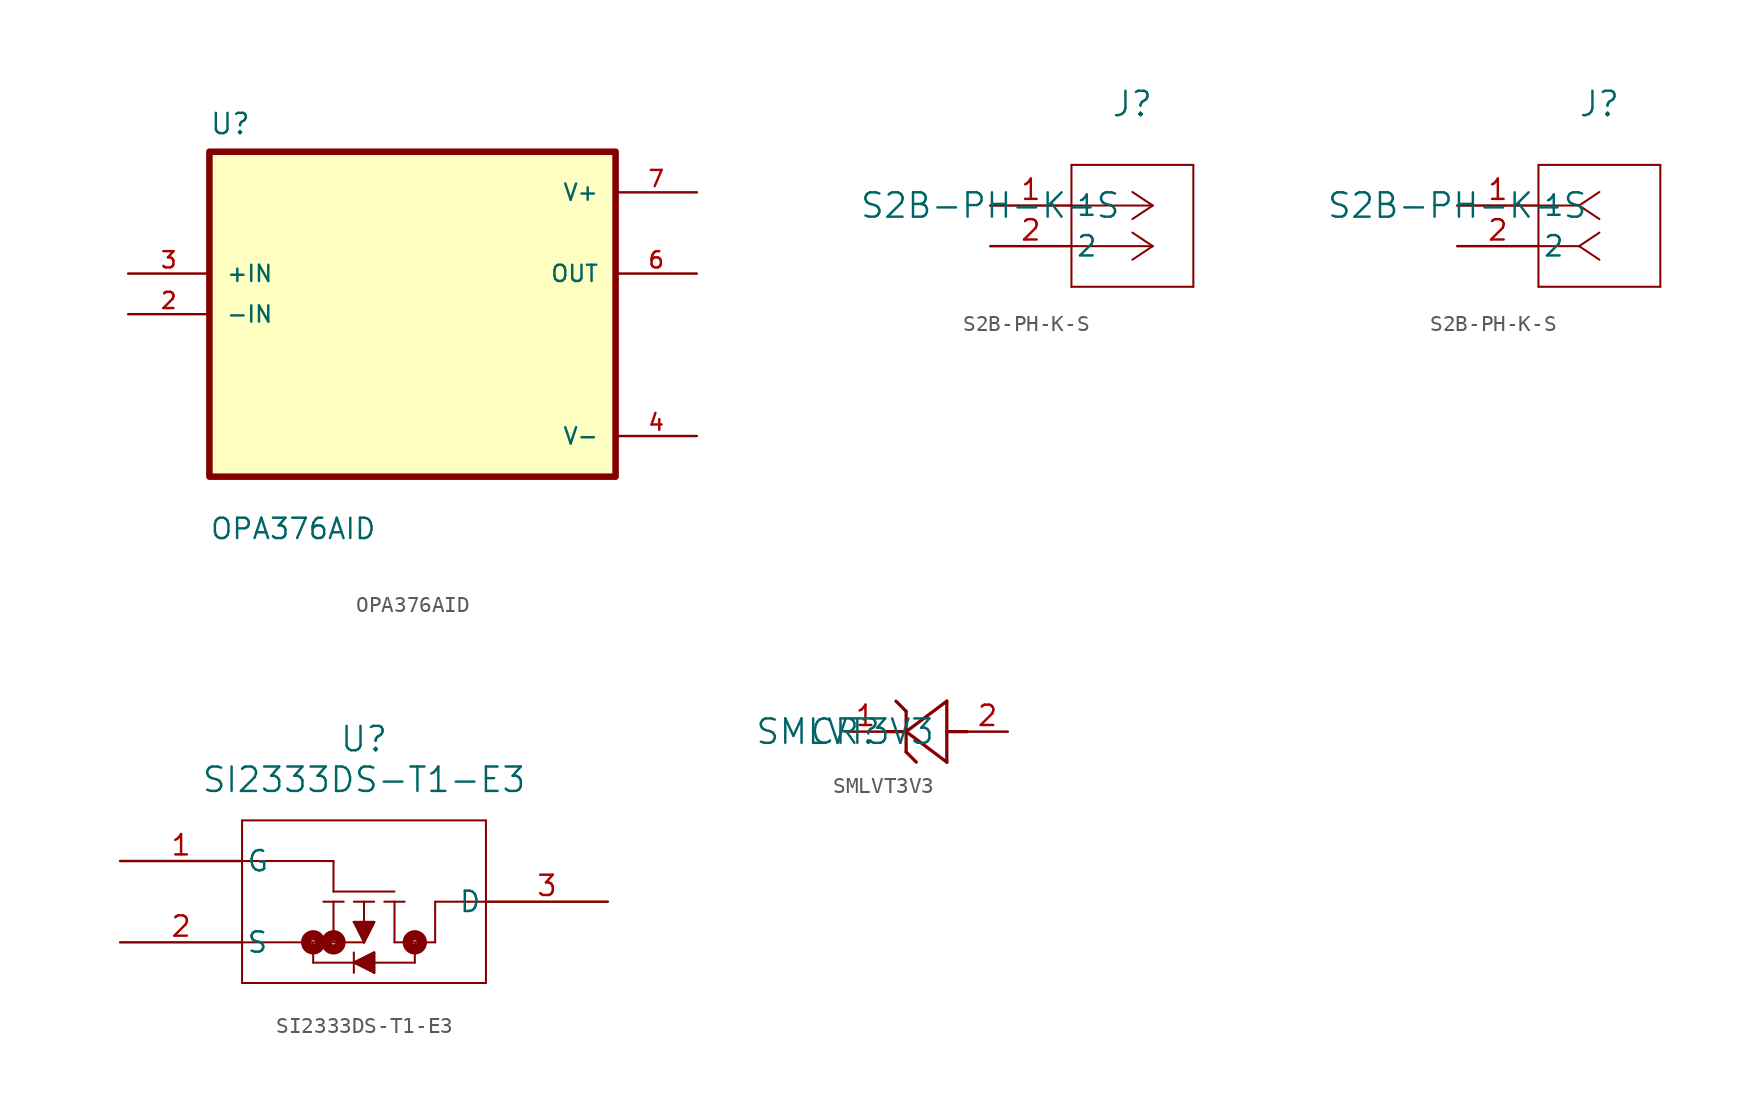
<source format=kicad_sym>
(kicad_symbol_lib
  (version 20231120)
  (generator "kicad_symbol_editor")
  (generator_version "8.0")
  (symbol "OPA376AID"
    (pin_names
      (offset 1.016))
    (property "Reference" "U"
      (at -12.7 11.16 0)
      (effects (font (size 1.27 1.27)) (justify left bottom)))
    (property "Value" "OPA376AID"
      (at -12.7 -14.16 0)
      (effects (font (size 1.27 1.27)) (justify left bottom)))
    (symbol "OPA376AID_0_0"
      (rectangle (start -12.7 -10.16) (end 12.7 10.16) (stroke (width 0.41) (type default)) (fill (type background)))
      (pin input line (at -17.78 0 0) (length 5.08) (name "-IN" (effects (font (size 1.016 1.016)))) (number "2" (effects (font (size 1.016 1.016)))))
      (pin input line (at -17.78 2.54 0) (length 5.08) (name "+IN" (effects (font (size 1.016 1.016)))) (number "3" (effects (font (size 1.016 1.016)))))
      (pin power_in line (at 17.78 -7.62 180) (length 5.08) (name "V-" (effects (font (size 1.016 1.016)))) (number "4" (effects (font (size 1.016 1.016)))))
      (pin output line (at 17.78 2.54 180) (length 5.08) (name "OUT" (effects (font (size 1.016 1.016)))) (number "6" (effects (font (size 1.016 1.016)))))
      (pin power_in line (at 17.78 7.62 180) (length 5.08) (name "V+" (effects (font (size 1.016 1.016)))) (number "7" (effects (font (size 1.016 1.016)))))))
  (symbol "S2B-PH-K-S"
    (pin_names
      (offset 0.254))
    (property "Reference" "J"
      (at 8.89 6.35 0)
      (effects (font (size 1.524 1.524))))
    (property "Value" "S2B-PH-K-S"
      (at 0 0 0)
      (effects (font (size 1.524 1.524))))
    (symbol "S2B-PH-K-S_1_1"
      (polyline (pts (xy 5.08 -5.08) (xy 12.7 -5.08)) (stroke (width 0.127) (type default)) (fill (type none)))
      (polyline (pts (xy 5.08 2.54) (xy 5.08 -5.08)) (stroke (width 0.127) (type default)) (fill (type none)))
      (polyline (pts (xy 10.16 -2.54) (xy 5.08 -2.54)) (stroke (width 0.127) (type default)) (fill (type none)))
      (polyline (pts (xy 10.16 -2.54) (xy 8.89 -3.387)) (stroke (width 0.127) (type default)) (fill (type none)))
      (polyline (pts (xy 10.16 -2.54) (xy 8.89 -1.693)) (stroke (width 0.127) (type default)) (fill (type none)))
      (polyline (pts (xy 10.16 0) (xy 5.08 0)) (stroke (width 0.127) (type default)) (fill (type none)))
      (polyline (pts (xy 10.16 0) (xy 8.89 -0.847)) (stroke (width 0.127) (type default)) (fill (type none)))
      (polyline (pts (xy 10.16 0) (xy 8.89 0.847)) (stroke (width 0.127) (type default)) (fill (type none)))
      (polyline (pts (xy 12.7 -5.08) (xy 12.7 2.54)) (stroke (width 0.127) (type default)) (fill (type none)))
      (polyline (pts (xy 12.7 2.54) (xy 5.08 2.54)) (stroke (width 0.127) (type default)) (fill (type none)))
      (pin unspecified line (at 0 0 0) (length 5.08) (name "1" (effects (font (size 1.27 1.27)))) (number "1" (effects (font (size 1.27 1.27)))))
      (pin unspecified line (at 0 -2.54 0) (length 5.08) (name "2" (effects (font (size 1.27 1.27)))) (number "2" (effects (font (size 1.27 1.27))))))
    (symbol "S2B-PH-K-S_1_2"
      (polyline (pts (xy 5.08 -5.08) (xy 12.7 -5.08)) (stroke (width 0.127) (type default)) (fill (type none)))
      (polyline (pts (xy 5.08 2.54) (xy 5.08 -5.08)) (stroke (width 0.127) (type default)) (fill (type none)))
      (polyline (pts (xy 7.62 -2.54) (xy 5.08 -2.54)) (stroke (width 0.127) (type default)) (fill (type none)))
      (polyline (pts (xy 7.62 -2.54) (xy 8.89 -3.387)) (stroke (width 0.127) (type default)) (fill (type none)))
      (polyline (pts (xy 7.62 -2.54) (xy 8.89 -1.693)) (stroke (width 0.127) (type default)) (fill (type none)))
      (polyline (pts (xy 7.62 0) (xy 5.08 0)) (stroke (width 0.127) (type default)) (fill (type none)))
      (polyline (pts (xy 7.62 0) (xy 8.89 -0.847)) (stroke (width 0.127) (type default)) (fill (type none)))
      (polyline (pts (xy 7.62 0) (xy 8.89 0.847)) (stroke (width 0.127) (type default)) (fill (type none)))
      (polyline (pts (xy 12.7 -5.08) (xy 12.7 2.54)) (stroke (width 0.127) (type default)) (fill (type none)))
      (polyline (pts (xy 12.7 2.54) (xy 5.08 2.54)) (stroke (width 0.127) (type default)) (fill (type none)))
      (pin unspecified line (at 0 0 0) (length 5.08) (name "1" (effects (font (size 1.27 1.27)))) (number "1" (effects (font (size 1.27 1.27)))))
      (pin unspecified line (at 0 -2.54 0) (length 5.08) (name "2" (effects (font (size 1.27 1.27)))) (number "2" (effects (font (size 1.27 1.27)))))))
  (symbol "SI2333DS-T1-E3"
    (pin_names
      (offset 0.254))
    (property "Reference" "U"
      (at 15.24 7.62 0)
      (effects (font (size 1.524 1.524))))
    (property "Value" "SI2333DS-T1-E3"
      (at 15.24 5.08 0)
      (effects (font (size 1.524 1.524))))
    (symbol "SI2333DS-T1-E3_0_1"
      (polyline (pts (xy 7.62 -7.62) (xy 22.86 -7.62)) (stroke (width 0.127) (type default)) (fill (type none)))
      (polyline (pts (xy 7.62 -5.08) (xy 15.24 -5.08)) (stroke (width 0.127) (type default)) (fill (type none)))
      (polyline (pts (xy 7.62 2.54) (xy 7.62 -7.62)) (stroke (width 0.127) (type default)) (fill (type none)))
      (polyline (pts (xy 12.065 -6.35) (xy 18.415 -6.35)) (stroke (width 0.127) (type default)) (fill (type none)))
      (polyline (pts (xy 12.065 -5.08) (xy 12.065 -6.35)) (stroke (width 0.127) (type default)) (fill (type none)))
      (polyline (pts (xy 13.335 -2.54) (xy 13.335 -5.08)) (stroke (width 0.127) (type default)) (fill (type none)))
      (polyline (pts (xy 13.335 -1.905) (xy 13.335 0)) (stroke (width 0.127) (type default)) (fill (type none)))
      (polyline (pts (xy 13.335 0) (xy 7.62 0)) (stroke (width 0.127) (type default)) (fill (type none)))
      (polyline (pts (xy 13.97 -2.54) (xy 12.7 -2.54)) (stroke (width 0.127) (type default)) (fill (type none)))
      (polyline (pts (xy 14.605 -6.35) (xy 15.875 -5.715)) (stroke (width 0.127) (type default)) (fill (type none)))
      (polyline (pts (xy 14.605 -5.715) (xy 14.605 -6.985)) (stroke (width 0.127) (type default)) (fill (type none)))
      (polyline (pts (xy 14.605 -2.54) (xy 15.875 -2.54)) (stroke (width 0.127) (type default)) (fill (type none)))
      (polyline (pts (xy 15.24 -5.08) (xy 14.605 -3.81)) (stroke (width 0.127) (type default)) (fill (type none)))
      (polyline (pts (xy 15.24 -5.08) (xy 15.875 -3.81)) (stroke (width 0.127) (type default)) (fill (type none)))
      (polyline (pts (xy 15.24 -2.54) (xy 15.24 -5.08)) (stroke (width 0.127) (type default)) (fill (type none)))
      (polyline (pts (xy 15.875 -6.985) (xy 14.605 -6.35)) (stroke (width 0.127) (type default)) (fill (type none)))
      (polyline (pts (xy 15.875 -5.715) (xy 15.875 -6.985)) (stroke (width 0.127) (type default)) (fill (type none)))
      (polyline (pts (xy 15.875 -3.81) (xy 14.605 -3.81)) (stroke (width 0.127) (type default)) (fill (type none)))
      (polyline (pts (xy 16.51 -2.54) (xy 17.78 -2.54)) (stroke (width 0.127) (type default)) (fill (type none)))
      (polyline (pts (xy 17.145 -5.08) (xy 19.685 -5.08)) (stroke (width 0.127) (type default)) (fill (type none)))
      (polyline (pts (xy 17.145 -2.54) (xy 17.145 -5.08)) (stroke (width 0.127) (type default)) (fill (type none)))
      (polyline (pts (xy 17.145 -1.905) (xy 13.335 -1.905)) (stroke (width 0.127) (type default)) (fill (type none)))
      (polyline (pts (xy 18.415 -6.35) (xy 18.415 -5.08)) (stroke (width 0.127) (type default)) (fill (type none)))
      (polyline (pts (xy 19.685 -5.08) (xy 19.685 -2.54)) (stroke (width 0.127) (type default)) (fill (type none)))
      (polyline (pts (xy 19.685 -2.54) (xy 22.86 -2.54)) (stroke (width 0.127) (type default)) (fill (type none)))
      (polyline (pts (xy 22.86 -7.62) (xy 22.86 2.54)) (stroke (width 0.127) (type default)) (fill (type none)))
      (polyline (pts (xy 22.86 2.54) (xy 7.62 2.54)) (stroke (width 0.127) (type default)) (fill (type none)))
      (polyline (pts (xy 14.605 -6.35) (xy 15.875 -5.715) (xy 15.875 -6.985)) (stroke (width 0) (type default)) (fill (type outline)))
      (polyline (pts (xy 14.605 -3.81) (xy 15.875 -3.81) (xy 15.24 -5.08)) (stroke (width 0) (type default)) (fill (type outline)))
      (circle (center 12.065 -5.08) (radius 0.127) (stroke (width 0.635) (type default)) (fill (type none)))
      (circle (center 13.335 -5.08) (radius 0.127) (stroke (width 0.635) (type default)) (fill (type none)))
      (circle (center 18.415 -5.08) (radius 0.127) (stroke (width 0.635) (type default)) (fill (type none)))
      (pin unspecified line (at 0 0 0) (length 7.62) (name "G" (effects (font (size 1.27 1.27)))) (number "1" (effects (font (size 1.27 1.27)))))
      (pin unspecified line (at 0 -5.08 0) (length 7.62) (name "S" (effects (font (size 1.27 1.27)))) (number "2" (effects (font (size 1.27 1.27)))))
      (pin unspecified line (at 30.48 -2.54 180) (length 7.62) (name "D" (effects (font (size 1.27 1.27)))) (number "3" (effects (font (size 1.27 1.27)))))))
  (symbol "SMLVT3V3"
    (pin_names
      (offset 0.254))
    (property "Reference" "CR"
      (at 0 0 0)
      (effects (font (size 1.524 1.524))))
    (property "Value" "SMLVT3V3"
      (at 0 0 0)
      (effects (font (size 1.524 1.524))))
    (symbol "SMLVT3V3_0_1"
      (polyline (pts (xy 2.54 0) (xy 3.81 0)) (stroke (width 0.203) (type default)) (fill (type none)))
      (polyline (pts (xy 3.175 1.905) (xy 3.81 1.27)) (stroke (width 0.203) (type default)) (fill (type none)))
      (polyline (pts (xy 3.81 -1.27) (xy 4.445 -1.905)) (stroke (width 0.203) (type default)) (fill (type none)))
      (polyline (pts (xy 3.81 0) (xy 6.35 -1.905)) (stroke (width 0.203) (type default)) (fill (type none)))
      (polyline (pts (xy 3.81 1.27) (xy 3.81 -1.27)) (stroke (width 0.203) (type default)) (fill (type none)))
      (polyline (pts (xy 6.35 -1.905) (xy 6.35 1.905)) (stroke (width 0.203) (type default)) (fill (type none)))
      (polyline (pts (xy 6.35 1.905) (xy 3.81 0)) (stroke (width 0.203) (type default)) (fill (type none)))
      (polyline (pts (xy 7.62 0) (xy 6.35 0)) (stroke (width 0.203) (type default)) (fill (type none)))
      (pin unspecified line (at 0 0 0) (length 2.54) (name "" (effects (font (size 1.27 1.27)))) (number "1" (effects (font (size 1.27 1.27)))))
      (pin unspecified line (at 10.16 0 180) (length 2.54) (name "" (effects (font (size 1.27 1.27)))) (number "2" (effects (font (size 1.27 1.27))))))))
</source>
